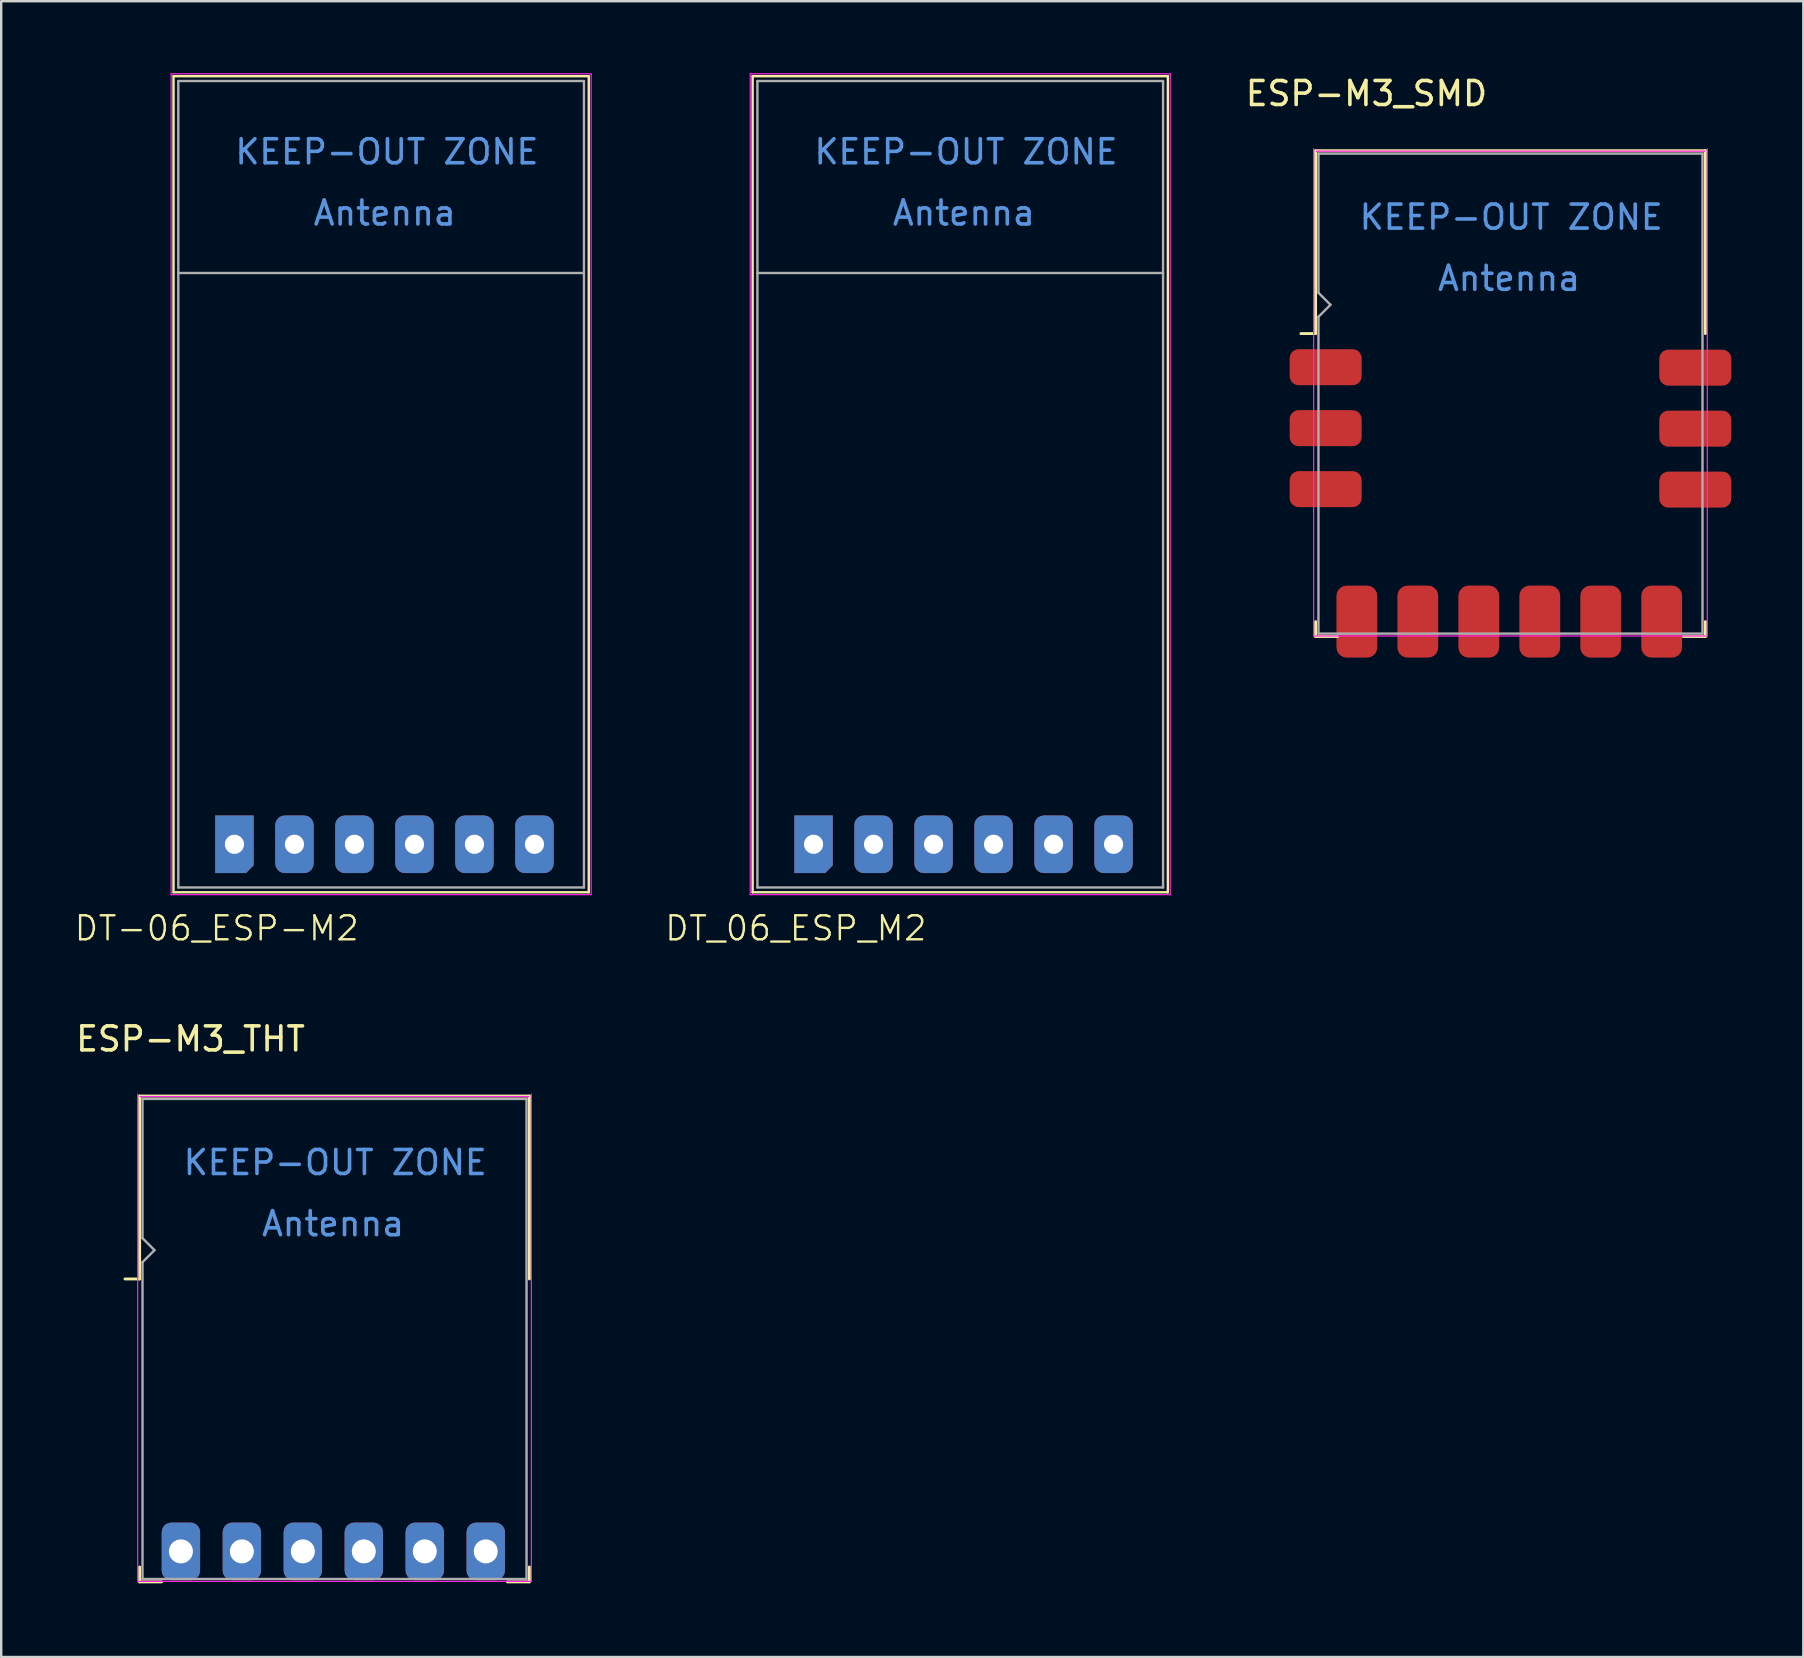
<source format=kicad_pcb>
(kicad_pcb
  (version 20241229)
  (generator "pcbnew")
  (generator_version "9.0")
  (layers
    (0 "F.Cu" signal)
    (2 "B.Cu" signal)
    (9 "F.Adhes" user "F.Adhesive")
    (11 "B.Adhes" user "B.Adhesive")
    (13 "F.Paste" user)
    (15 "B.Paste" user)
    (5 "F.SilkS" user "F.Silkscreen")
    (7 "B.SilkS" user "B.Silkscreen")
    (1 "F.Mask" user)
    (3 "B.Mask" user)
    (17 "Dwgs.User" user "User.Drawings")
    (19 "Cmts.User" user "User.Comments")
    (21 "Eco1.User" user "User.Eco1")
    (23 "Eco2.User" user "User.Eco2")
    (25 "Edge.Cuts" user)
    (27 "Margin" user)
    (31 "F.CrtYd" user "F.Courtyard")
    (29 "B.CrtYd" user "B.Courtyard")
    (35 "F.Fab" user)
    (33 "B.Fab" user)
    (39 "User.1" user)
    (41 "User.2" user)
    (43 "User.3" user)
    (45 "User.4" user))
  (footprint "ESP-M3_SMD"
    (layer "F.Cu")
    (at 59.88 23.348)
    (property "Reference" "ESP-M3_SMD" (at -6 -22.5 0) (layer "F.SilkS") (effects (font (size 1 1) (thickness 0.15))))
    (attr smd)
    (fp_line (start -8.12 -20.12) (end 8.12 -20.12) (stroke (width 0.12) (type solid)) (layer "F.SilkS"))
    (fp_line (start -8.12 -12.5) (end -8.73 -12.5) (stroke (width 0.12) (type solid)) (layer "F.SilkS"))
    (fp_line (start -8.12 -12.5) (end -8.12 -20.12) (stroke (width 0.12) (type solid)) (layer "F.SilkS"))
    (fp_line (start -8.12 0.12) (end -8.12 -0.5) (stroke (width 0.12) (type solid)) (layer "F.SilkS"))
    (fp_line (start -7.2 0.12) (end -8.12 0.12) (stroke (width 0.12) (type solid)) (layer "F.SilkS"))
    (fp_line (start 8.12 -20.12) (end 8.12 -12.5) (stroke (width 0.12) (type solid)) (layer "F.SilkS"))
    (fp_line (start 8.12 -0.5) (end 8.12 0.12) (stroke (width 0.12) (type solid)) (layer "F.SilkS"))
    (fp_line (start 8.12 0.12) (end 7.2 0.12) (stroke (width 0.12) (type solid)) (layer "F.SilkS"))
    (fp_line (start -8.2 -20.2) (end 8.2 -20.2) (stroke (width 0.05) (type default)) (layer "Margin"))
    (fp_line (start -8.2 0.1) (end -8.2 -20.2) (stroke (width 0.05) (type solid)) (layer "F.CrtYd"))
    (fp_line (start -8.1 -20.1) (end 8.1 -20.1) (stroke (width 0.05) (type solid)) (layer "F.CrtYd"))
    (fp_line (start 8.2 -20.2) (end 8.2 0.1) (stroke (width 0.05) (type solid)) (layer "F.CrtYd"))
    (fp_line (start 8.2 0.1) (end -8.2 0.1) (stroke (width 0.05) (type solid)) (layer "F.CrtYd"))
    (fp_line (start -8 -20) (end 8 -20) (stroke (width 0.1) (type solid)) (layer "F.Fab"))
    (fp_line (start -8 -14.2) (end -8 -20) (stroke (width 0.1) (type solid)) (layer "F.Fab"))
    (fp_line (start -8 -13.2) (end -7.5 -13.7) (stroke (width 0.1) (type solid)) (layer "F.Fab"))
    (fp_line (start -8 0) (end -8 -13.2) (stroke (width 0.1) (type solid)) (layer "F.Fab"))
    (fp_line (start -7.5 -13.7) (end -8 -14.2) (stroke (width 0.1) (type solid)) (layer "F.Fab"))
    (fp_line (start 8 -20) (end 8 0) (stroke (width 0.1) (type solid)) (layer "F.Fab"))
    (fp_line (start 8 0) (end -8 0) (stroke (width 0.1) (type solid)) (layer "F.Fab"))
    (fp_text user "KEEP-OUT ZONE" (at 0.03 -17.35 180) (layer "Cmts.User") (effects (font (size 1 1) (thickness 0.15))))
    (fp_text user "Antenna" (at -0.06 -14.8 180) (layer "Cmts.User") (effects (font (size 1 1) (thickness 0.15))))
    (pad "1" smd roundrect (at -7.7 -11.1) (size 3 1.5) (layers "F.Cu" "F.Mask" "F.Paste") (roundrect_rratio 0.25))
    (pad "2" smd roundrect (at -7.7 -8.56) (size 3 1.5) (layers "F.Cu" "F.Mask" "F.Paste") (roundrect_rratio 0.25))
    (pad "3" smd roundrect (at -7.7 -6.02) (size 3 1.5) (layers "F.Cu" "F.Mask" "F.Paste") (roundrect_rratio 0.25))
    (pad "4" smd roundrect (at -6.4 -0.5 90) (size 3 1.7) (layers "F.Cu" "F.Mask" "F.Paste") (roundrect_rratio 0.25))
    (pad "5" smd roundrect (at -3.86 -0.5 90) (size 3 1.7) (layers "F.Cu" "F.Mask" "F.Paste") (roundrect_rratio 0.25))
    (pad "6" smd roundrect (at -1.32 -0.5) (size 1.7 3) (layers "F.Cu" "F.Mask" "F.Paste") (roundrect_rratio 0.25))
    (pad "7" smd roundrect (at 1.22 -0.5) (size 1.7 3) (layers "F.Cu" "F.Mask" "F.Paste") (roundrect_rratio 0.25))
    (pad "8" smd roundrect (at 3.76 -0.5) (size 1.7 3) (layers "F.Cu" "F.Mask" "F.Paste") (roundrect_rratio 0.25))
    (pad "9" smd roundrect (at 6.3 -0.5) (size 1.7 3) (layers "F.Cu" "F.Mask" "F.Paste") (roundrect_rratio 0.25))
    (pad "10" smd roundrect (at 7.7 -6) (size 3 1.5) (layers "F.Cu" "F.Mask" "F.Paste") (roundrect_rratio 0.25))
    (pad "11" smd roundrect (at 7.7 -8.54) (size 3 1.5) (layers "F.Cu" "F.Mask" "F.Paste") (roundrect_rratio 0.25))
    (pad "12" smd roundrect (at 7.7 -11.08) (size 3 1.5) (layers "F.Cu" "F.Mask" "F.Paste") (roundrect_rratio 0.25))
    (zone (net_name "") (layers "F.Cu" "B.Cu") (hatch full 0.508) (connect_pads) (min_thickness 0.254) (filled_areas_thickness no) (keepout (tracks not_allowed) (vias not_allowed) (pads not_allowed) (copperpour not_allowed) (footprints not_allowed)) (placement (enabled no)) (fill) (polygon (pts (xy 51.96 10.748) (xy 67.78 10.748) (xy 67.78 3.428) (xy 51.96 3.428)))))
  (footprint "ESP-M3_THT"
    (layer "F.Cu")
    (at 10.887 62.734)
    (property "Reference" "ESP-M3_THT" (at -6 -22.5 0) (layer "F.SilkS") (effects (font (size 1 1) (thickness 0.15))))
    (attr through_hole)
    (fp_line (start -8.12 -20.12) (end 8.12 -20.12) (stroke (width 0.12) (type solid)) (layer "F.SilkS"))
    (fp_line (start -8.12 -12.5) (end -8.73 -12.5) (stroke (width 0.12) (type solid)) (layer "F.SilkS"))
    (fp_line (start -8.12 -12.5) (end -8.12 -20.12) (stroke (width 0.12) (type solid)) (layer "F.SilkS"))
    (fp_line (start -8.12 0.12) (end -8.12 -0.5) (stroke (width 0.12) (type solid)) (layer "F.SilkS"))
    (fp_line (start -7.2 0.12) (end -8.12 0.12) (stroke (width 0.12) (type solid)) (layer "F.SilkS"))
    (fp_line (start 8.12 -20.12) (end 8.12 -12.5) (stroke (width 0.12) (type solid)) (layer "F.SilkS"))
    (fp_line (start 8.12 -0.5) (end 8.12 0.12) (stroke (width 0.12) (type solid)) (layer "F.SilkS"))
    (fp_line (start 8.12 0.12) (end 7.2 0.12) (stroke (width 0.12) (type solid)) (layer "F.SilkS"))
    (fp_line (start -8.2 -20.2) (end 8.2 -20.2) (stroke (width 0.05) (type default)) (layer "Margin"))
    (fp_line (start -8.2 0.1) (end -8.2 -20.2) (stroke (width 0.05) (type solid)) (layer "F.CrtYd"))
    (fp_line (start -8.1 -20.1) (end 8.1 -20.1) (stroke (width 0.05) (type solid)) (layer "F.CrtYd"))
    (fp_line (start 8.2 -20.2) (end 8.2 0.1) (stroke (width 0.05) (type solid)) (layer "F.CrtYd"))
    (fp_line (start 8.2 0.1) (end -8.2 0.1) (stroke (width 0.05) (type solid)) (layer "F.CrtYd"))
    (fp_line (start -8 -20) (end 8 -20) (stroke (width 0.1) (type solid)) (layer "F.Fab"))
    (fp_line (start -8 -14.2) (end -8 -20) (stroke (width 0.1) (type solid)) (layer "F.Fab"))
    (fp_line (start -8 -13.2) (end -7.5 -13.7) (stroke (width 0.1) (type solid)) (layer "F.Fab"))
    (fp_line (start -8 0) (end -8 -13.2) (stroke (width 0.1) (type solid)) (layer "F.Fab"))
    (fp_line (start -7.5 -13.7) (end -8 -14.2) (stroke (width 0.1) (type solid)) (layer "F.Fab"))
    (fp_line (start 8 -20) (end 8 0) (stroke (width 0.1) (type solid)) (layer "F.Fab"))
    (fp_line (start 8 0) (end -8 0) (stroke (width 0.1) (type solid)) (layer "F.Fab"))
    (fp_text user "Antenna" (at -0.06 -14.8 180) (layer "Cmts.User") (effects (font (size 1 1) (thickness 0.15))))
    (fp_text user "KEEP-OUT ZONE" (at 0.03 -17.35 180) (layer "Cmts.User") (effects (font (size 1 1) (thickness 0.15))))
    (pad "4" thru_hole roundrect (at -6.4 -1.15) (size 1.6 2.4) (drill 1) (layers "*.Cu" "*.Mask") (roundrect_rratio 0.25))
    (pad "5" thru_hole roundrect (at -3.86 -1.15) (size 1.6 2.4) (drill 1) (layers "*.Cu" "*.Mask") (roundrect_rratio 0.25))
    (pad "6" thru_hole roundrect (at -1.32 -1.15) (size 1.6 2.4) (drill 1) (layers "*.Cu" "*.Mask") (roundrect_rratio 0.25))
    (pad "7" thru_hole roundrect (at 1.22 -1.15) (size 1.6 2.4) (drill 1) (layers "*.Cu" "*.Mask") (roundrect_rratio 0.25))
    (pad "8" thru_hole roundrect (at 3.76 -1.15) (size 1.6 2.4) (drill 1) (layers "*.Cu" "*.Mask") (roundrect_rratio 0.25))
    (pad "9" thru_hole roundrect (at 6.3 -1.15) (size 1.6 2.4) (drill 1) (layers "*.Cu" "*.Mask") (roundrect_rratio 0.25))
    (zone (net_name "") (layers "F.Cu" "B.Cu") (hatch full 0.508) (connect_pads) (min_thickness 0.254) (filled_areas_thickness no) (keepout (tracks not_allowed) (vias not_allowed) (pads not_allowed) (copperpour not_allowed) (footprints not_allowed)) (placement (enabled no)) (fill) (polygon (pts (xy 2.967 50.134) (xy 18.787 50.134) (xy 18.787 42.814) (xy 2.967 42.814)))))
  (footprint "DT-06_ESP-M2"
    (layer "F.Cu")
    (at 12.979 33.125)
    (property "Reference" "DT-06_ESP-M2" (at -7 2.5 0) (unlocked yes) (layer "F.SilkS") (effects (font (size 1 1) (thickness 0.1))))
    (attr through_hole)
    (fp_line (start -8.8 -33) (end -8.8 1) (stroke (width 0.1) (type default)) (layer "F.SilkS"))
    (fp_line (start -8.8 -33) (end 8.5 -33) (stroke (width 0.1) (type default)) (layer "F.SilkS"))
    (fp_line (start -8.8 1) (end 8.5 1) (stroke (width 0.1) (type default)) (layer "F.SilkS"))
    (fp_line (start 8.5 -33) (end 8.5 1) (stroke (width 0.1) (type default)) (layer "F.SilkS"))
    (fp_line (start -8.9 -33.1) (end 8.6 -33.1) (stroke (width 0.05) (type solid)) (layer "F.CrtYd"))
    (fp_line (start -8.9 1.1) (end -8.9 -33.1) (stroke (width 0.05) (type solid)) (layer "F.CrtYd"))
    (fp_line (start 8.6 -33.1) (end 8.6 1.1) (stroke (width 0.05) (type solid)) (layer "F.CrtYd"))
    (fp_line (start 8.6 1.1) (end -8.9 1.1) (stroke (width 0.05) (type solid)) (layer "F.CrtYd"))
    (fp_line (start -8.6 -32.8) (end -8.6 0.8) (stroke (width 0.1) (type default)) (layer "F.Fab"))
    (fp_line (start -8.6 -32.8) (end 8.3 -32.8) (stroke (width 0.1) (type default)) (layer "F.Fab"))
    (fp_line (start -8.6 -24.8) (end 8.3 -24.8) (stroke (width 0.1) (type default)) (layer "F.Fab"))
    (fp_line (start -8.6 0.8) (end 8.3 0.8) (stroke (width 0.1) (type default)) (layer "F.Fab"))
    (fp_line (start 8.3 -32.8) (end 8.3 0.8) (stroke (width 0.1) (type default)) (layer "F.Fab"))
    (fp_text user "KEEP-OUT ZONE" (at 0.09 -29.85 180) (layer "Cmts.User") (effects (font (size 1 1) (thickness 0.15))))
    (fp_text user "Antenna" (at 0 -27.3 180) (layer "Cmts.User") (effects (font (size 1 1) (thickness 0.15))))
    (pad "1" thru_hole roundrect (at -6.262 -1 180) (size 1.6 2.4) (drill 0.8) (layers "*.Cu" "*.Mask") (roundrect_rratio 0) (chamfer_ratio 0.2) (chamfer top_left))
    (pad "2" thru_hole roundrect (at -3.762 -1 180) (size 1.6 2.4) (drill 0.8) (layers "*.Cu" "*.Mask") (roundrect_rratio 0.25))
    (pad "3" thru_hole roundrect (at -1.262 -1 180) (size 1.6 2.4) (drill 0.8) (layers "*.Cu" "*.Mask") (roundrect_rratio 0.25))
    (pad "4" thru_hole roundrect (at 1.238 -1 180) (size 1.6 2.4) (drill 0.8) (layers "*.Cu" "*.Mask") (roundrect_rratio 0.25))
    (pad "5" thru_hole roundrect (at 3.738 -1 180) (size 1.6 2.4) (drill 0.8) (layers "*.Cu" "*.Mask") (roundrect_rratio 0.25))
    (pad "6" thru_hole roundrect (at 6.238 -1 180) (size 1.6 2.4) (drill 0.8) (layers "*.Cu" "*.Mask") (roundrect_rratio 0.25))
    (zone (net_name "") (layers "F.Cu" "B.Cu") (hatch full 0.508) (connect_pads) (min_thickness 0.254) (filled_areas_thickness no) (keepout (tracks not_allowed) (vias not_allowed) (pads not_allowed) (copperpour not_allowed) (footprints not_allowed)) (placement (enabled no)) (fill) (polygon (pts (xy 4.719 8.025) (xy 20.959 8.025) (xy 20.959 0.705) (xy 4.719 0.705)))))
  (footprint "DT_06_ESP_M2"
    (layer "F.Cu")
    (at 37.106 33.125)
    (property "Reference" "DT_06_ESP_M2" (at -7 2.5 0) (unlocked yes) (layer "F.SilkS") (effects (font (size 1 1) (thickness 0.1))))
    (attr through_hole)
    (fp_line (start -8.8 -33) (end -8.8 1) (stroke (width 0.1) (type default)) (layer "F.SilkS"))
    (fp_line (start -8.8 -33) (end 8.5 -33) (stroke (width 0.1) (type default)) (layer "F.SilkS"))
    (fp_line (start -8.8 1) (end 8.5 1) (stroke (width 0.1) (type default)) (layer "F.SilkS"))
    (fp_line (start 8.5 -33) (end 8.5 1) (stroke (width 0.1) (type default)) (layer "F.SilkS"))
    (fp_line (start -8.9 -33.1) (end 8.6 -33.1) (stroke (width 0.05) (type solid)) (layer "F.CrtYd"))
    (fp_line (start -8.9 1.1) (end -8.9 -33.1) (stroke (width 0.05) (type solid)) (layer "F.CrtYd"))
    (fp_line (start 8.6 -33.1) (end 8.6 1.1) (stroke (width 0.05) (type solid)) (layer "F.CrtYd"))
    (fp_line (start 8.6 1.1) (end -8.9 1.1) (stroke (width 0.05) (type solid)) (layer "F.CrtYd"))
    (fp_line (start -8.6 -32.8) (end -8.6 0.8) (stroke (width 0.1) (type default)) (layer "F.Fab"))
    (fp_line (start -8.6 -32.8) (end 8.3 -32.8) (stroke (width 0.1) (type default)) (layer "F.Fab"))
    (fp_line (start -8.6 -24.8) (end 8.3 -24.8) (stroke (width 0.1) (type default)) (layer "F.Fab"))
    (fp_line (start -8.6 0.8) (end 8.3 0.8) (stroke (width 0.1) (type default)) (layer "F.Fab"))
    (fp_line (start 8.3 -32.8) (end 8.3 0.8) (stroke (width 0.1) (type default)) (layer "F.Fab"))
    (fp_text user "KEEP-OUT ZONE" (at 0.09 -29.85 180) (layer "Cmts.User") (effects (font (size 1 1) (thickness 0.15))))
    (fp_text user "Antenna" (at 0 -27.3 180) (layer "Cmts.User") (effects (font (size 1 1) (thickness 0.15))))
    (pad "1" thru_hole roundrect (at -6.262 -1 180) (size 1.6 2.4) (drill 0.8) (layers "*.Cu" "*.Mask") (roundrect_rratio 0) (chamfer_ratio 0.2) (chamfer top_left))
    (pad "2" thru_hole roundrect (at -3.762 -1 180) (size 1.6 2.4) (drill 0.8) (layers "*.Cu" "*.Mask") (roundrect_rratio 0.25))
    (pad "3" thru_hole roundrect (at -1.262 -1 180) (size 1.6 2.4) (drill 0.8) (layers "*.Cu" "*.Mask") (roundrect_rratio 0.25))
    (pad "4" thru_hole roundrect (at 1.238 -1 180) (size 1.6 2.4) (drill 0.8) (layers "*.Cu" "*.Mask") (roundrect_rratio 0.25))
    (pad "5" thru_hole roundrect (at 3.738 -1 180) (size 1.6 2.4) (drill 0.8) (layers "*.Cu" "*.Mask") (roundrect_rratio 0.25))
    (pad "6" thru_hole roundrect (at 6.238 -1 180) (size 1.6 2.4) (drill 0.8) (layers "*.Cu" "*.Mask") (roundrect_rratio 0.25))
    (zone (net_name "") (layers "F.Cu" "B.Cu") (hatch full 0.508) (connect_pads) (min_thickness 0.254) (filled_areas_thickness no) (keepout (tracks not_allowed) (vias not_allowed) (pads not_allowed) (copperpour not_allowed) (footprints not_allowed)) (placement (enabled no)) (fill) (polygon (pts (xy 28.846 8.025) (xy 45.086 8.025) (xy 45.086 0.705) (xy 28.846 0.705)))))
  (gr_rect
    (start -3 -3)
    (end 72.08 65.984)
    (stroke (width 0.1) (type default))
    (fill no)
    (layer "Edge.Cuts")))
</source>
